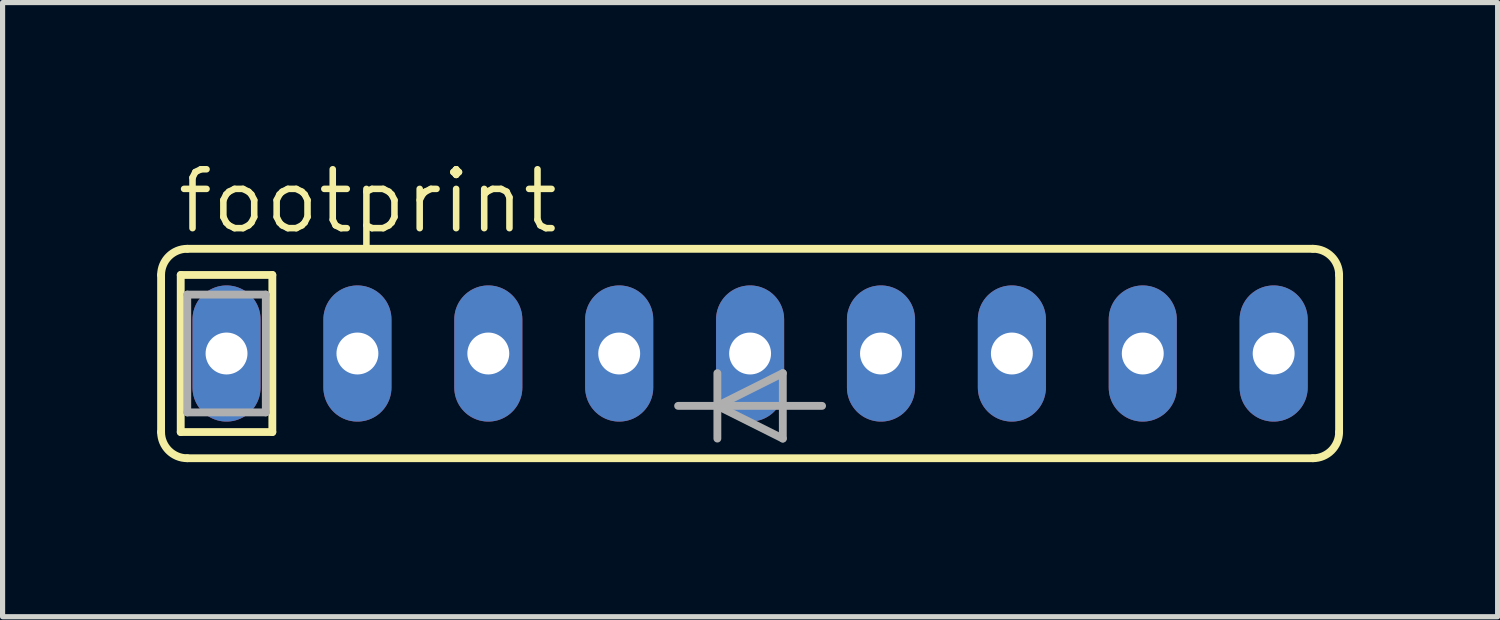
<source format=kicad_pcb>
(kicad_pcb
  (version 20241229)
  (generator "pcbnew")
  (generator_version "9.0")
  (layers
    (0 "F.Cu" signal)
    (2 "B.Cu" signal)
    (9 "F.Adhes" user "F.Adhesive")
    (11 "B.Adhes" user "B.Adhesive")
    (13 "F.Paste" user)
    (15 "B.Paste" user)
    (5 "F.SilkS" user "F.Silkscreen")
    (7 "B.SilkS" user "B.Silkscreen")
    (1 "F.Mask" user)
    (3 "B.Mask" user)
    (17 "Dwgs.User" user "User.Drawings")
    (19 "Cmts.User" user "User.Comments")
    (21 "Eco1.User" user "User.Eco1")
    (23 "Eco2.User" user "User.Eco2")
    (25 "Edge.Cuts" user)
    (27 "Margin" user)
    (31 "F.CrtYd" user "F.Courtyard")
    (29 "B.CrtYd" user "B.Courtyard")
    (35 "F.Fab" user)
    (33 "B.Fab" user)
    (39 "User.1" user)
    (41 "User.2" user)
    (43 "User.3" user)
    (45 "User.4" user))
  (footprint "footprint"
    (layer "F.Cu")
    (at 11.506 3.81)
    (property "Reference" "footprint" (at -11.176 -2.286 0) (layer "F.SilkS") (effects (font (size 1.143 1.143) (thickness 0.127)) (justify left bottom)))
    (fp_line (start -11.43 1.524) (end -11.43 -1.524) (stroke (width 0.152) (type solid)) (layer "F.SilkS"))
    (fp_line (start -11.049 -1.524) (end -9.271 -1.524) (stroke (width 0.152) (type solid)) (layer "F.SilkS"))
    (fp_line (start -11.049 1.524) (end -11.049 -1.524) (stroke (width 0.152) (type solid)) (layer "F.SilkS"))
    (fp_line (start -10.922 2.032) (end 10.922 2.032) (stroke (width 0.152) (type solid)) (layer "F.SilkS"))
    (fp_line (start -9.271 -1.524) (end -9.271 1.524) (stroke (width 0.152) (type solid)) (layer "F.SilkS"))
    (fp_line (start -9.271 1.524) (end -11.049 1.524) (stroke (width 0.152) (type solid)) (layer "F.SilkS"))
    (fp_line (start 10.922 -2.032) (end -10.922 -2.032) (stroke (width 0.152) (type solid)) (layer "F.SilkS"))
    (fp_line (start 11.43 -1.524) (end 11.43 1.524) (stroke (width 0.152) (type solid)) (layer "F.SilkS"))
    (fp_arc (start -11.43 -1.524) (mid -11.28121 -1.88321) (end -10.922 -2.032) (stroke (width 0.1524) (type solid)) (layer "F.SilkS"))
    (fp_arc (start -10.922 2.032) (mid -11.28121 1.88321) (end -11.43 1.524) (stroke (width 0.1524) (type solid)) (layer "F.SilkS"))
    (fp_arc (start 10.922 -2.032) (mid 11.28121 -1.88321) (end 11.43 -1.524) (stroke (width 0.1524) (type solid)) (layer "F.SilkS"))
    (fp_arc (start 11.43 1.524) (mid 11.28121 1.88321) (end 10.922 2.032) (stroke (width 0.1524) (type solid)) (layer "F.SilkS"))
    (fp_line (start -10.922 -1.143) (end -9.398 -1.143) (stroke (width 0.152) (type solid)) (layer "F.Fab"))
    (fp_line (start -10.922 1.143) (end -10.922 -1.143) (stroke (width 0.152) (type solid)) (layer "F.Fab"))
    (fp_line (start -9.398 -1.143) (end -9.398 1.143) (stroke (width 0.152) (type solid)) (layer "F.Fab"))
    (fp_line (start -9.398 1.143) (end -10.922 1.143) (stroke (width 0.152) (type solid)) (layer "F.Fab"))
    (fp_line (start -1.397 1.016) (end -0.635 1.016) (stroke (width 0.152) (type solid)) (layer "F.Fab"))
    (fp_line (start -0.635 1.016) (end -0.635 0.381) (stroke (width 0.152) (type solid)) (layer "F.Fab"))
    (fp_line (start -0.635 1.016) (end 0.635 0.381) (stroke (width 0.152) (type solid)) (layer "F.Fab"))
    (fp_line (start -0.635 1.651) (end -0.635 1.016) (stroke (width 0.152) (type solid)) (layer "F.Fab"))
    (fp_line (start 0.635 0.381) (end 0.635 1.016) (stroke (width 0.152) (type solid)) (layer "F.Fab"))
    (fp_line (start 0.635 1.016) (end -0.635 1.016) (stroke (width 0.152) (type solid)) (layer "F.Fab"))
    (fp_line (start 0.635 1.016) (end 0.635 1.651) (stroke (width 0.152) (type solid)) (layer "F.Fab"))
    (fp_line (start 0.635 1.651) (end -0.635 1.016) (stroke (width 0.152) (type solid)) (layer "F.Fab"))
    (fp_line (start 1.397 1.016) (end 0.635 1.016) (stroke (width 0.152) (type solid)) (layer "F.Fab"))
    (pad "1" thru_hole oval (at -10.16 0 90) (size 2.642 1.321) (drill 0.813) (layers "*.Cu" "*.Mask"))
    (pad "2" thru_hole oval (at -7.62 0 90) (size 2.642 1.321) (drill 0.813) (layers "*.Cu" "*.Mask"))
    (pad "3" thru_hole oval (at -5.08 0 90) (size 2.642 1.321) (drill 0.813) (layers "*.Cu" "*.Mask"))
    (pad "4" thru_hole oval (at -2.54 0 90) (size 2.642 1.321) (drill 0.813) (layers "*.Cu" "*.Mask"))
    (pad "5" thru_hole oval (at 0 0 90) (size 2.642 1.321) (drill 0.813) (layers "*.Cu" "*.Mask"))
    (pad "6" thru_hole oval (at 2.54 0 90) (size 2.642 1.321) (drill 0.813) (layers "*.Cu" "*.Mask"))
    (pad "7" thru_hole oval (at 5.08 0 90) (size 2.642 1.321) (drill 0.813) (layers "*.Cu" "*.Mask"))
    (pad "8" thru_hole oval (at 7.62 0 90) (size 2.642 1.321) (drill 0.813) (layers "*.Cu" "*.Mask"))
    (pad "9" thru_hole oval (at 10.16 0 90) (size 2.642 1.321) (drill 0.813) (layers "*.Cu" "*.Mask")))
  (gr_rect
    (start -3 -3)
    (end 26.012 8.918)
    (stroke (width 0.1) (type default))
    (fill no)
    (layer "Edge.Cuts")))
</source>
